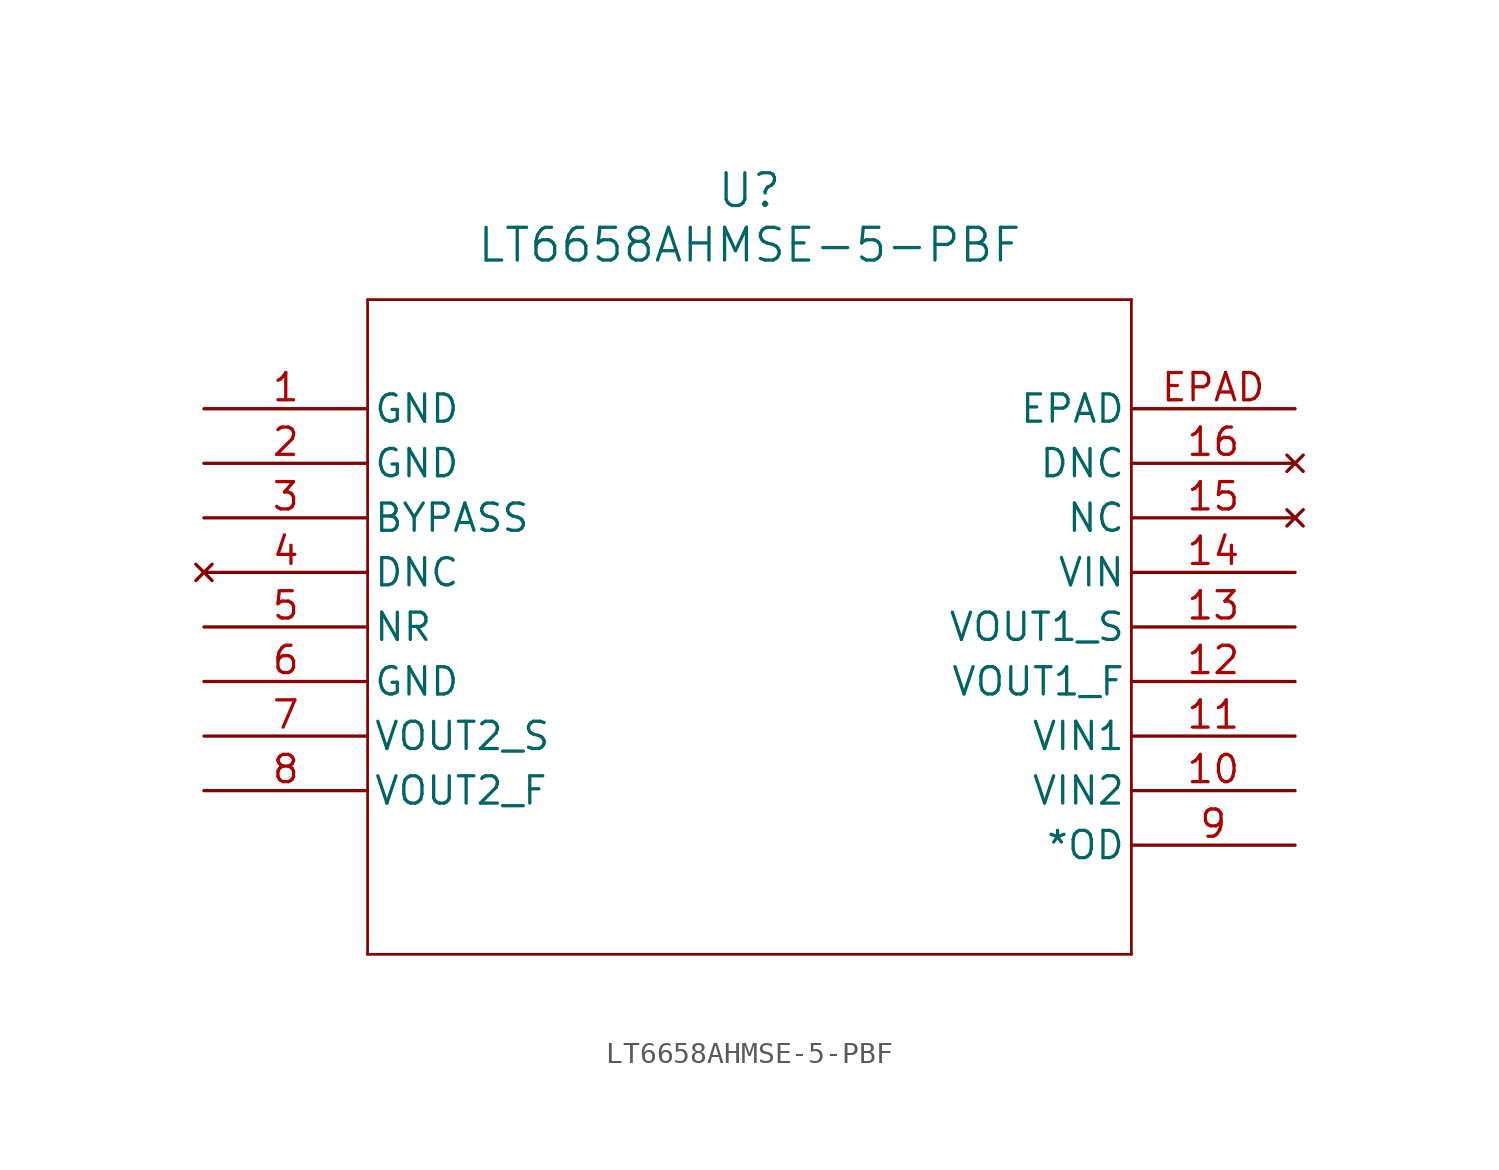
<source format=kicad_sym>
(kicad_symbol_lib
  (version 20211014)
  (generator kicad_symbol_editor)
  (symbol "LT6658AHMSE-5-PBF"
    (pin_names
      (offset 0.254))
    (property "Reference" "U"
      (at 25.4 10.16 0)
      (effects (font (size 1.524 1.524))))
    (property "Value" "LT6658AHMSE-5-PBF"
      (at 25.4 7.62 0)
      (effects (font (size 1.524 1.524))))
    (symbol "LT6658AHMSE-5-PBF_0_1"
      (polyline (pts (xy 7.62 5.08) (xy 7.62 -25.4)) (stroke (width 0.127) (type default) (color 0 0 0 0)) (fill (type none)))
      (polyline (pts (xy 7.62 -25.4) (xy 43.18 -25.4)) (stroke (width 0.127) (type default) (color 0 0 0 0)) (fill (type none)))
      (polyline (pts (xy 43.18 -25.4) (xy 43.18 5.08)) (stroke (width 0.127) (type default) (color 0 0 0 0)) (fill (type none)))
      (polyline (pts (xy 43.18 5.08) (xy 7.62 5.08)) (stroke (width 0.127) (type default) (color 0 0 0 0)) (fill (type none)))
      (pin power_in line (at 0 0 0) (length 7.62) (name "GND" (effects (font (size 1.27 1.27)))) (number "1" (effects (font (size 1.27 1.27)))))
      (pin power_in line (at 0 -2.54 0) (length 7.62) (name "GND" (effects (font (size 1.27 1.27)))) (number "2" (effects (font (size 1.27 1.27)))))
      (pin unspecified line (at 0 -5.08 0) (length 7.62) (name "BYPASS" (effects (font (size 1.27 1.27)))) (number "3" (effects (font (size 1.27 1.27)))))
      (pin no_connect line (at 0 -7.62 0) (length 7.62) (name "DNC" (effects (font (size 1.27 1.27)))) (number "4" (effects (font (size 1.27 1.27)))))
      (pin unspecified line (at 0 -10.16 0) (length 7.62) (name "NR" (effects (font (size 1.27 1.27)))) (number "5" (effects (font (size 1.27 1.27)))))
      (pin power_in line (at 0 -12.7 0) (length 7.62) (name "GND" (effects (font (size 1.27 1.27)))) (number "6" (effects (font (size 1.27 1.27)))))
      (pin output line (at 0 -15.24 0) (length 7.62) (name "VOUT2_S" (effects (font (size 1.27 1.27)))) (number "7" (effects (font (size 1.27 1.27)))))
      (pin output line (at 0 -17.78 0) (length 7.62) (name "VOUT2_F" (effects (font (size 1.27 1.27)))) (number "8" (effects (font (size 1.27 1.27)))))
      (pin output line (at 50.8 -20.32 180) (length 7.62) (name "*OD" (effects (font (size 1.27 1.27)))) (number "9" (effects (font (size 1.27 1.27)))))
      (pin input line (at 50.8 -17.78 180) (length 7.62) (name "VIN2" (effects (font (size 1.27 1.27)))) (number "10" (effects (font (size 1.27 1.27)))))
      (pin input line (at 50.8 -15.24 180) (length 7.62) (name "VIN1" (effects (font (size 1.27 1.27)))) (number "11" (effects (font (size 1.27 1.27)))))
      (pin output line (at 50.8 -12.7 180) (length 7.62) (name "VOUT1_F" (effects (font (size 1.27 1.27)))) (number "12" (effects (font (size 1.27 1.27)))))
      (pin output line (at 50.8 -10.16 180) (length 7.62) (name "VOUT1_S" (effects (font (size 1.27 1.27)))) (number "13" (effects (font (size 1.27 1.27)))))
      (pin input line (at 50.8 -7.62 180) (length 7.62) (name "VIN" (effects (font (size 1.27 1.27)))) (number "14" (effects (font (size 1.27 1.27)))))
      (pin no_connect line (at 50.8 -5.08 180) (length 7.62) (name "NC" (effects (font (size 1.27 1.27)))) (number "15" (effects (font (size 1.27 1.27)))))
      (pin no_connect line (at 50.8 -2.54 180) (length 7.62) (name "DNC" (effects (font (size 1.27 1.27)))) (number "16" (effects (font (size 1.27 1.27)))))
      (pin unspecified line (at 50.8 0 180) (length 7.62) (name "EPAD" (effects (font (size 1.27 1.27)))) (number "EPAD" (effects (font (size 1.27 1.27))))))))
</source>
